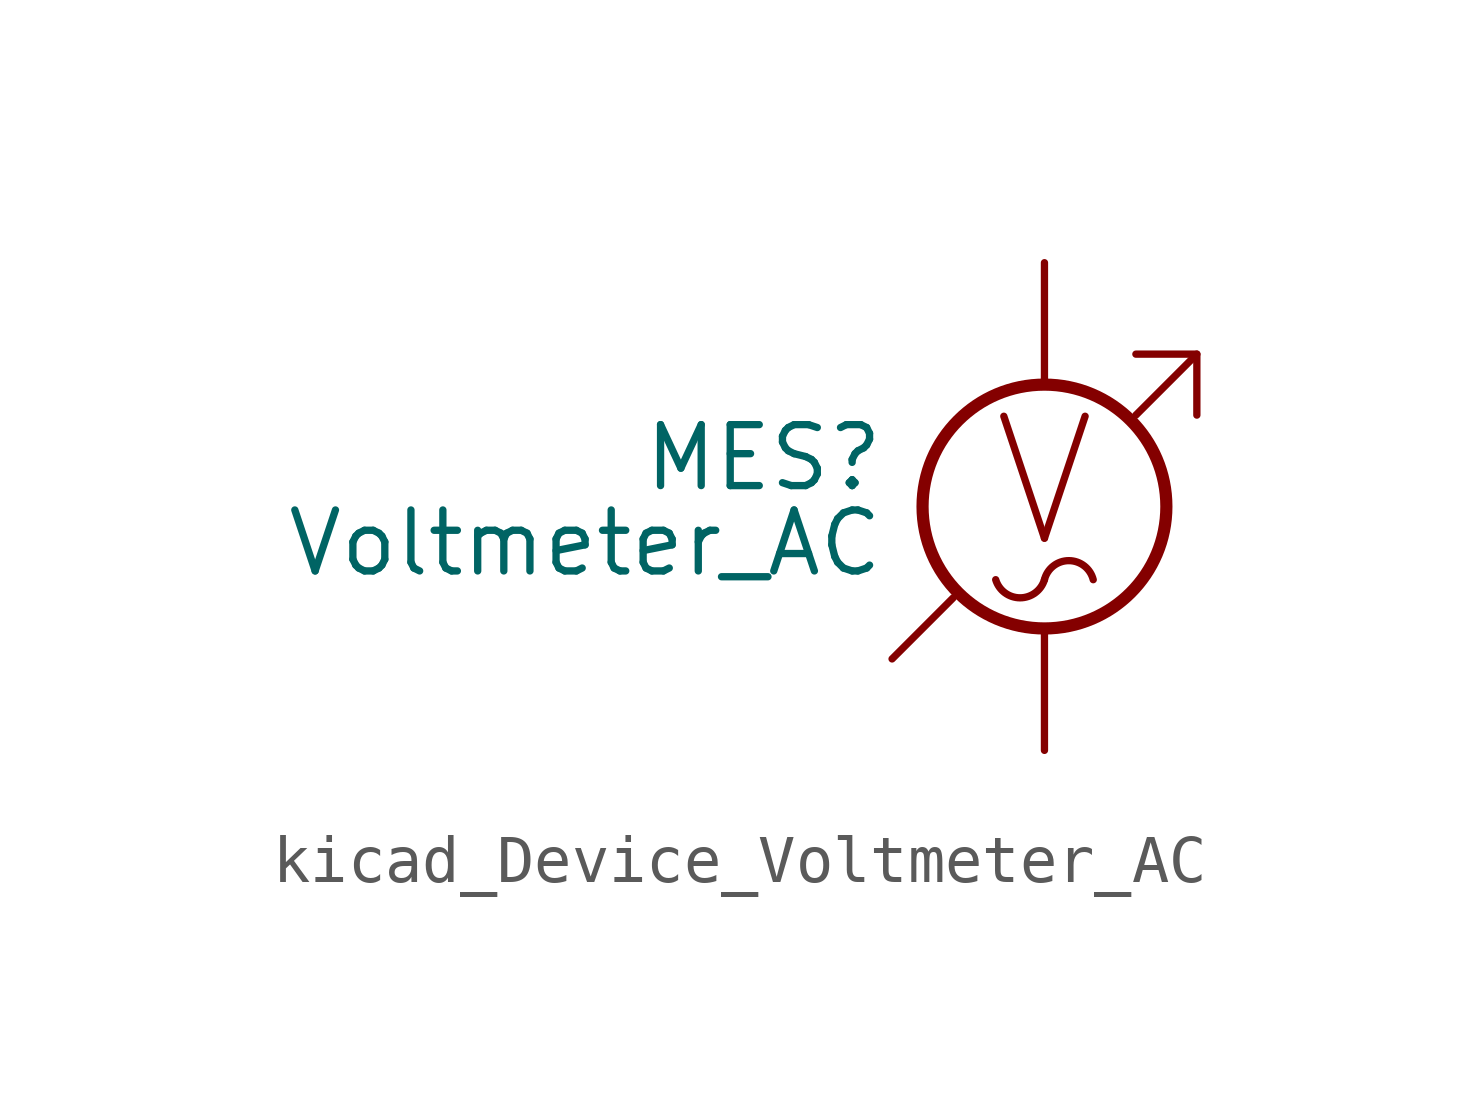
<source format=kicad_sym>
(kicad_symbol_lib
  (version 20220914)
  (generator kicad_symbol_editor)
  (symbol "kicad_Device_Voltmeter_AC"
    (pin_numbers hide)
    (pin_names
      (offset 0.025) hide)
    (property "Reference" "MES"
      (at -3.302 1.016 0)
      (effects (font (size 1.27 1.27)) (justify right)))
    (property "Value" "Voltmeter_AC"
      (at -3.302 -0.762 0)
      (effects (font (size 1.27 1.27)) (justify right)))
    (symbol "kicad_Device_Voltmeter_AC_0_0"
      (polyline (pts (xy -3.175 -3.175) (xy -1.905 -1.905)) (stroke (width 0) (type default)) (fill (type none)))
      (polyline (pts (xy 1.905 1.905) (xy 3.175 3.175)) (stroke (width 0) (type default)) (fill (type none)))
      (polyline (pts (xy 1.905 3.175) (xy 3.175 3.175) (xy 3.175 1.905)) (stroke (width 0) (type default)) (fill (type none)))
      (text "V" (at 0 0.508 0) (effects (font (size 2.54 2.54)))))
    (symbol "kicad_Device_Voltmeter_AC_0_1"
      (arc (start -1.016 -1.524) (mid -0.508 -1.902) (end 0 -1.524) (stroke (width 0) (type default)) (fill (type none)))
      (circle (center 0 0) (radius 2.54) (stroke (width 0.254) (type default)) (fill (type none)))
      (arc (start 1.016 -1.524) (mid 0.508 -1.1274) (end 0 -1.524) (stroke (width 0) (type default)) (fill (type none))))
    (symbol "kicad_Device_Voltmeter_AC_1_1"
      (pin passive line (at 0 -5.08 90) (length 2.54) (name "~" (effects (font (size 1.27 1.27)))) (number "1" (effects (font (size 1.27 1.27)))))
      (pin passive line (at 0 5.08 270) (length 2.54) (name "~" (effects (font (size 1.27 1.27)))) (number "2" (effects (font (size 1.27 1.27))))))))
</source>
